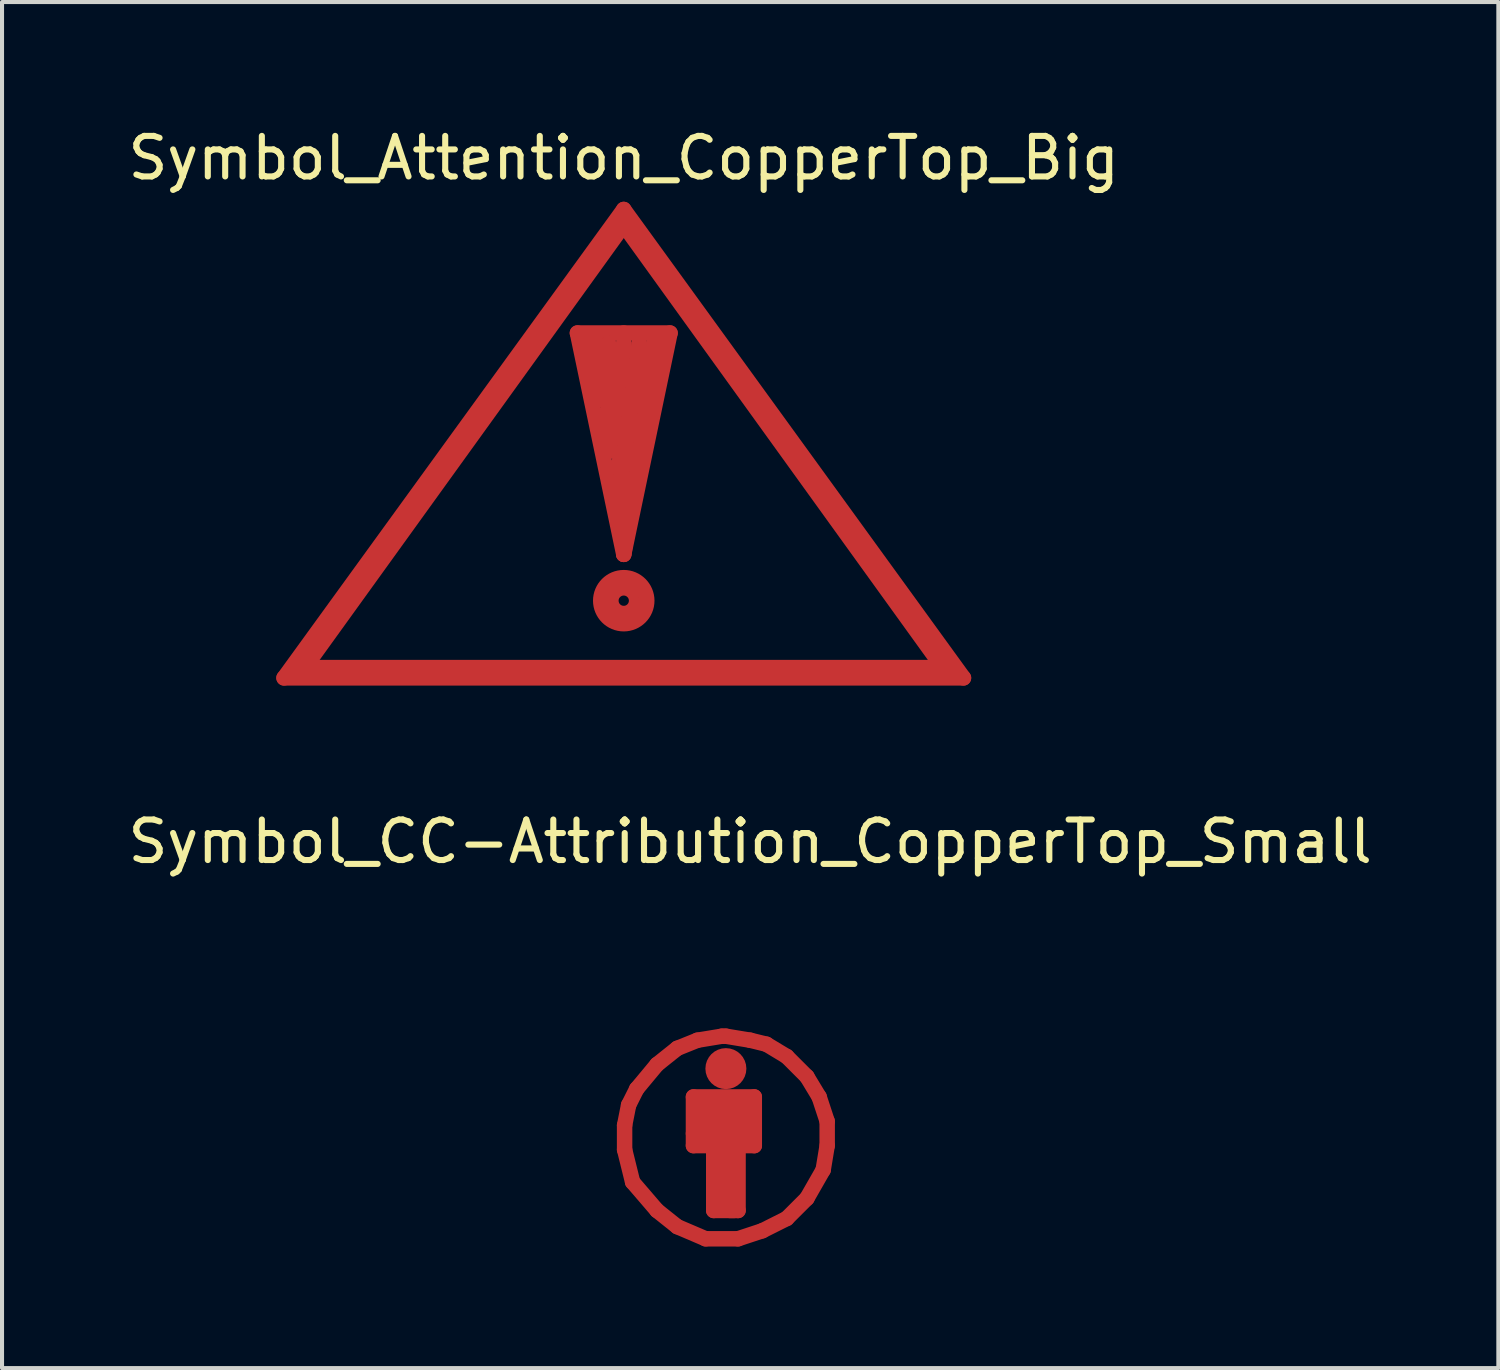
<source format=kicad_pcb>
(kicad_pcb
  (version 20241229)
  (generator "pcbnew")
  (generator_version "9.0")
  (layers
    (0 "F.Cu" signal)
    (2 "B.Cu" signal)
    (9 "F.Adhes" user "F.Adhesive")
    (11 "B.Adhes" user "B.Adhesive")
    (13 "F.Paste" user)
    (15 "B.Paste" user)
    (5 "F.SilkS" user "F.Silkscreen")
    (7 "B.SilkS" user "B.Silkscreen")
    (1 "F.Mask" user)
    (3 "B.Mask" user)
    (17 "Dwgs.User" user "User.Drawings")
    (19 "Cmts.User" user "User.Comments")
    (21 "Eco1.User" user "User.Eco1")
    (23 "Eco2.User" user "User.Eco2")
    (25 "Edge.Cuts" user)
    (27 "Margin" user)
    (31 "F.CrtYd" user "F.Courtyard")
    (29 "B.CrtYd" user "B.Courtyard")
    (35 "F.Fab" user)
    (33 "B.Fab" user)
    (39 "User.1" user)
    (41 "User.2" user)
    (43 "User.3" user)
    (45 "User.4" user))
  (footprint "Symbol_Attention_CopperTop_Big"
    (layer "F.Cu")
    (at 12.339 8.976)
    (property "Reference" "Symbol_Attention_CopperTop_Big" (at 0 -8.128 0) (layer "F.SilkS") (effects (font (size 1 1) (thickness 0.15))))
    (attr through_hole)
    (fp_line (start -8.382 4.699) (end 0 -6.858) (stroke (width 0.381) (type solid)) (layer "F.Cu"))
    (fp_line (start -7.874 4.445) (end 0 -6.477) (stroke (width 0.381) (type solid)) (layer "F.Cu"))
    (fp_line (start -1.143 -3.81) (end 0 -3.81) (stroke (width 0.381) (type solid)) (layer "F.Cu"))
    (fp_line (start -0.889 -3.556) (end -0.508 -2.159) (stroke (width 0.381) (type solid)) (layer "F.Cu"))
    (fp_line (start -0.508 -2.159) (end -0.635 -3.429) (stroke (width 0.381) (type solid)) (layer "F.Cu"))
    (fp_line (start -0.381 -3.556) (end -0.889 -3.556) (stroke (width 0.381) (type solid)) (layer "F.Cu"))
    (fp_line (start -0.381 -0.889) (end -0.381 -3.556) (stroke (width 0.381) (type solid)) (layer "F.Cu"))
    (fp_line (start -0.127 0.127) (end 0 -3.556) (stroke (width 0.381) (type solid)) (layer "F.Cu"))
    (fp_line (start 0 -6.858) (end 8.382 4.699) (stroke (width 0.381) (type solid)) (layer "F.Cu"))
    (fp_line (start 0 -6.477) (end 7.874 4.445) (stroke (width 0.381) (type solid)) (layer "F.Cu"))
    (fp_line (start 0 -3.81) (end 1.143 -3.81) (stroke (width 0.381) (type solid)) (layer "F.Cu"))
    (fp_line (start 0 -3.556) (end -0.381 -0.889) (stroke (width 0.381) (type solid)) (layer "F.Cu"))
    (fp_line (start 0 1.524) (end 0.381 -3.556) (stroke (width 0.381) (type solid)) (layer "F.Cu"))
    (fp_line (start 0 1.651) (end -1.143 -3.81) (stroke (width 0.381) (type solid)) (layer "F.Cu"))
    (fp_line (start 0 1.651) (end 0.762 -3.683) (stroke (width 0.381) (type solid)) (layer "F.Cu"))
    (fp_line (start 0.381 -3.556) (end -0.127 0.127) (stroke (width 0.381) (type solid)) (layer "F.Cu"))
    (fp_line (start 1.143 -3.81) (end 0 1.651) (stroke (width 0.381) (type solid)) (layer "F.Cu"))
    (fp_line (start 7.874 4.445) (end -7.874 4.445) (stroke (width 0.381) (type solid)) (layer "F.Cu"))
    (fp_line (start 8.382 4.699) (end -8.382 4.699) (stroke (width 0.381) (type solid)) (layer "F.Cu"))
    (fp_circle (center 0 2.794) (end 0 2.921) (stroke (width 0.381) (type solid)) (fill no) (layer "F.Cu"))
    (fp_circle (center 0 2.794) (end 0.127 2.921) (stroke (width 0.381) (type solid)) (fill no) (layer "F.Cu"))
    (fp_circle (center 0 2.794) (end 0.254 3.302) (stroke (width 0.381) (type solid)) (fill no) (layer "F.Cu")))
  (footprint "Symbol_CC-Attribution_CopperTop_Small"
    (layer "F.Cu")
    (at 14.859 25.014)
    (property "Reference" "Symbol_CC-Attribution_CopperTop_Small" (at 0.599 -7.3 0) (layer "F.SilkS") (effects (font (size 1 1) (thickness 0.15))))
    (attr through_hole)
    (fp_line (start -2.499 -0.3) (end -2.499 0.3) (stroke (width 0.381) (type solid)) (layer "F.Cu"))
    (fp_line (start -2.499 0.3) (end -2.301 1.1) (stroke (width 0.381) (type solid)) (layer "F.Cu"))
    (fp_line (start -2.4 -0.8) (end -2.499 -0.3) (stroke (width 0.381) (type solid)) (layer "F.Cu"))
    (fp_line (start -2.301 1.1) (end -1.699 1.801) (stroke (width 0.381) (type solid)) (layer "F.Cu"))
    (fp_line (start -2.2 -1.199) (end -2.4 -0.8) (stroke (width 0.381) (type solid)) (layer "F.Cu"))
    (fp_line (start -1.699 -1.801) (end -2.2 -1.199) (stroke (width 0.381) (type solid)) (layer "F.Cu"))
    (fp_line (start -1.699 1.801) (end -1.199 2.2) (stroke (width 0.381) (type solid)) (layer "F.Cu"))
    (fp_line (start -1.199 -2.2) (end -1.699 -1.801) (stroke (width 0.381) (type solid)) (layer "F.Cu"))
    (fp_line (start -1.199 2.2) (end -0.5 2.499) (stroke (width 0.381) (type solid)) (layer "F.Cu"))
    (fp_line (start -0.8 -1.001) (end 0.701 -1.001) (stroke (width 0.381) (type solid)) (layer "F.Cu"))
    (fp_line (start -0.8 -0.099) (end 0.5 -0.099) (stroke (width 0.381) (type solid)) (layer "F.Cu"))
    (fp_line (start -0.8 0.201) (end -0.8 -1.001) (stroke (width 0.381) (type solid)) (layer "F.Cu"))
    (fp_line (start -0.701 -2.4) (end -1.199 -2.2) (stroke (width 0.381) (type solid)) (layer "F.Cu"))
    (fp_line (start -0.701 -0.701) (end 0.599 -0.701) (stroke (width 0.381) (type solid)) (layer "F.Cu"))
    (fp_line (start -0.5 2.499) (end 0.3 2.499) (stroke (width 0.381) (type solid)) (layer "F.Cu"))
    (fp_line (start -0.3 0.3) (end -0.3 1.801) (stroke (width 0.381) (type solid)) (layer "F.Cu"))
    (fp_line (start -0.3 1.801) (end 0.201 1.801) (stroke (width 0.381) (type solid)) (layer "F.Cu"))
    (fp_line (start -0.099 -2.499) (end -0.701 -2.4) (stroke (width 0.381) (type solid)) (layer "F.Cu"))
    (fp_line (start 0 -2.499) (end -0.099 -2.499) (stroke (width 0.381) (type solid)) (layer "F.Cu"))
    (fp_line (start 0 -1.9) (end 0 -1.501) (stroke (width 0.381) (type solid)) (layer "F.Cu"))
    (fp_line (start 0 0.3) (end 0 1.6) (stroke (width 0.381) (type solid)) (layer "F.Cu"))
    (fp_line (start 0.099 1.801) (end 0.3 1.801) (stroke (width 0.381) (type solid)) (layer "F.Cu"))
    (fp_line (start 0.3 1.801) (end 0.3 0.201) (stroke (width 0.381) (type solid)) (layer "F.Cu"))
    (fp_line (start 0.3 2.499) (end 0.899 2.301) (stroke (width 0.381) (type solid)) (layer "F.Cu"))
    (fp_line (start 0.5 -0.399) (end -0.701 -0.399) (stroke (width 0.381) (type solid)) (layer "F.Cu"))
    (fp_line (start 0.599 -2.4) (end 0 -2.499) (stroke (width 0.381) (type solid)) (layer "F.Cu"))
    (fp_line (start 0.701 -1.001) (end 0.701 0.201) (stroke (width 0.381) (type solid)) (layer "F.Cu"))
    (fp_line (start 0.701 0.201) (end -0.8 0.201) (stroke (width 0.381) (type solid)) (layer "F.Cu"))
    (fp_line (start 0.899 2.301) (end 1.501 1.999) (stroke (width 0.381) (type solid)) (layer "F.Cu"))
    (fp_line (start 1.001 -2.301) (end 0.599 -2.4) (stroke (width 0.381) (type solid)) (layer "F.Cu"))
    (fp_line (start 1.501 -1.999) (end 1.001 -2.301) (stroke (width 0.381) (type solid)) (layer "F.Cu"))
    (fp_line (start 1.501 1.999) (end 1.999 1.501) (stroke (width 0.381) (type solid)) (layer "F.Cu"))
    (fp_line (start 1.999 -1.501) (end 1.501 -1.999) (stroke (width 0.381) (type solid)) (layer "F.Cu"))
    (fp_line (start 1.999 1.501) (end 2.4 0.8) (stroke (width 0.381) (type solid)) (layer "F.Cu"))
    (fp_line (start 2.301 -1.001) (end 1.999 -1.501) (stroke (width 0.381) (type solid)) (layer "F.Cu"))
    (fp_line (start 2.4 0.8) (end 2.499 0.201) (stroke (width 0.381) (type solid)) (layer "F.Cu"))
    (fp_line (start 2.499 -0.399) (end 2.301 -1.001) (stroke (width 0.381) (type solid)) (layer "F.Cu"))
    (fp_line (start 2.499 0.201) (end 2.499 -0.399) (stroke (width 0.381) (type solid)) (layer "F.Cu"))
    (fp_circle (center 0 -1.699) (end 0.099 -1.4) (stroke (width 0.381) (type solid)) (fill no) (layer "F.Cu")))
  (gr_rect
    (start -3 -3)
    (end 33.917 30.704)
    (stroke (width 0.1) (type default))
    (fill no)
    (layer "Edge.Cuts")))
</source>
